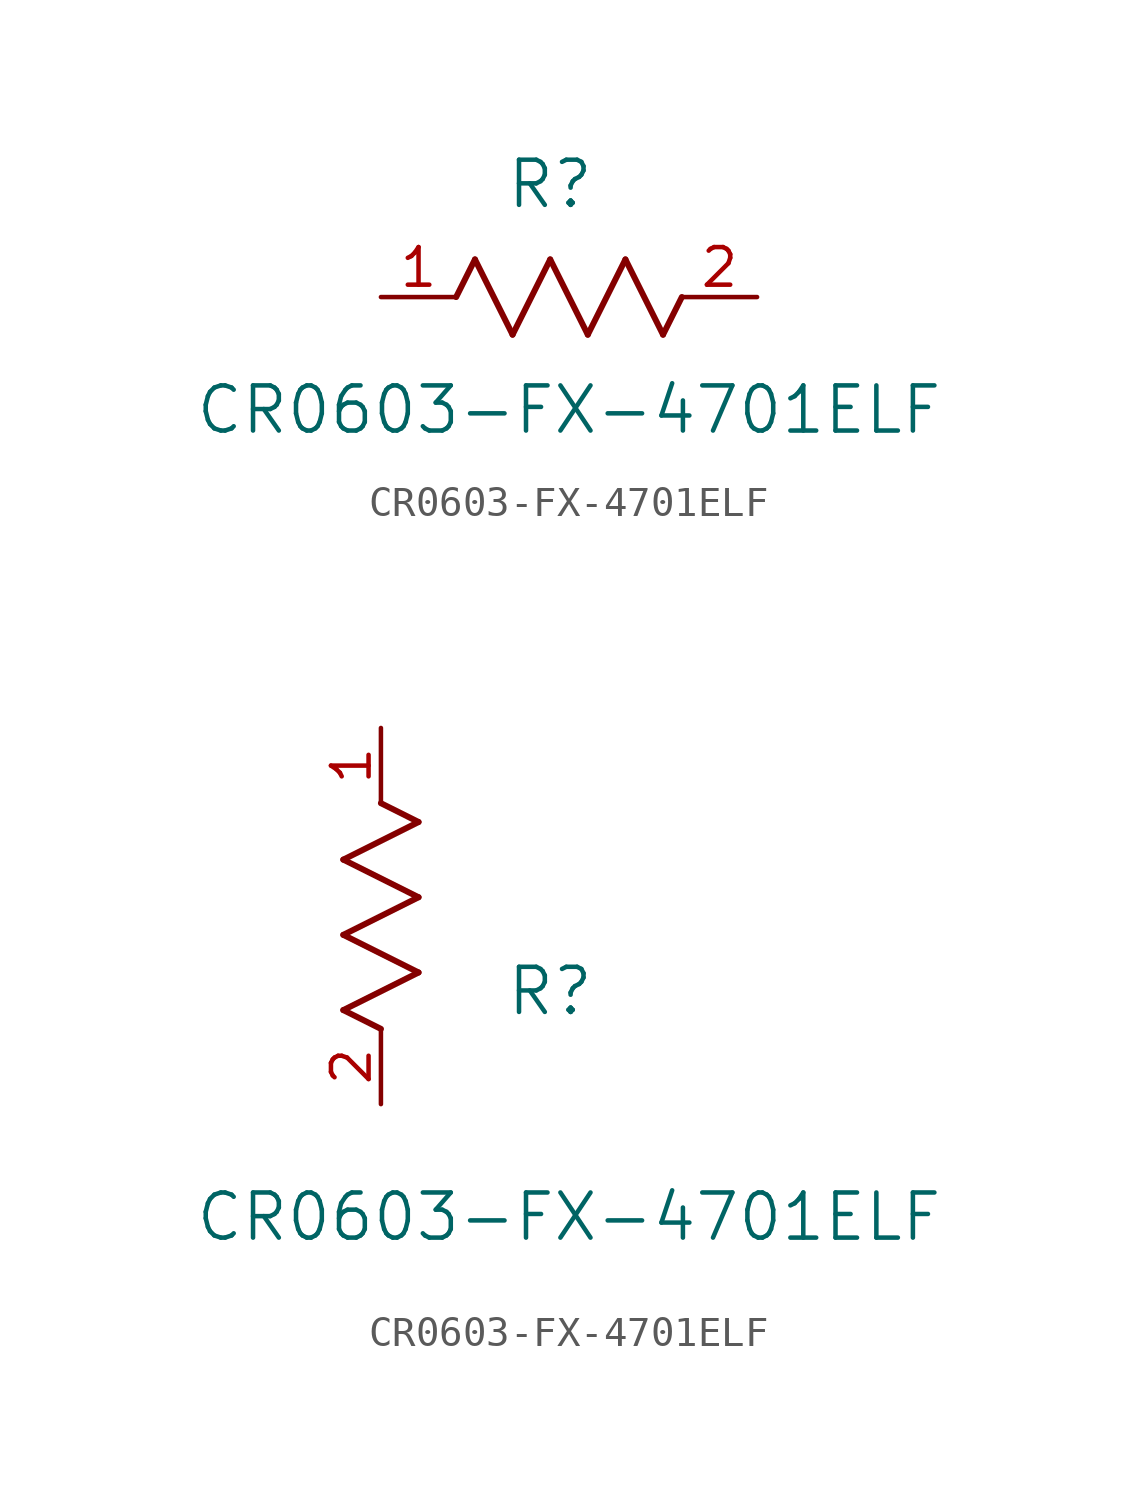
<source format=kicad_sym>
(kicad_symbol_lib
  (version 20241209)
  (generator "kicad_symbol_editor")
  (generator_version "9.0")
  (symbol "CR0603-FX-4701ELF"
    (pin_names
      (offset 0.254))
    (property "Reference" "R"
      (at 5.715 3.81 0)
      (effects (font (size 1.524 1.524))))
    (property "Value" "CR0603-FX-4701ELF"
      (at 6.35 -3.81 0)
      (effects (font (size 1.524 1.524))))
    (symbol "CR0603-FX-4701ELF_1_1"
      (polyline (pts (xy 2.54 0) (xy 3.175 1.27)) (stroke (width 0.203) (type default)) (fill (type none)))
      (polyline (pts (xy 3.175 1.27) (xy 4.445 -1.27)) (stroke (width 0.203) (type default)) (fill (type none)))
      (polyline (pts (xy 4.445 -1.27) (xy 5.715 1.27)) (stroke (width 0.203) (type default)) (fill (type none)))
      (polyline (pts (xy 5.715 1.27) (xy 6.985 -1.27)) (stroke (width 0.203) (type default)) (fill (type none)))
      (polyline (pts (xy 6.985 -1.27) (xy 8.255 1.27)) (stroke (width 0.203) (type default)) (fill (type none)))
      (polyline (pts (xy 8.255 1.27) (xy 9.525 -1.27)) (stroke (width 0.203) (type default)) (fill (type none)))
      (polyline (pts (xy 9.525 -1.27) (xy 10.16 0)) (stroke (width 0.203) (type default)) (fill (type none)))
      (pin unspecified line (at 0 0 0) (length 2.54) (name "" (effects (font (size 1.27 1.27)))) (number "1" (effects (font (size 1.27 1.27)))))
      (pin unspecified line (at 12.7 0 180) (length 2.54) (name "" (effects (font (size 1.27 1.27)))) (number "2" (effects (font (size 1.27 1.27))))))
    (symbol "CR0603-FX-4701ELF_1_2"
      (polyline (pts (xy -1.27 8.255) (xy 1.27 9.525)) (stroke (width 0.203) (type default)) (fill (type none)))
      (polyline (pts (xy -1.27 5.715) (xy 1.27 6.985)) (stroke (width 0.203) (type default)) (fill (type none)))
      (polyline (pts (xy -1.27 3.175) (xy 1.27 4.445)) (stroke (width 0.203) (type default)) (fill (type none)))
      (polyline (pts (xy 0 2.54) (xy -1.27 3.175)) (stroke (width 0.203) (type default)) (fill (type none)))
      (polyline (pts (xy 1.27 9.525) (xy 0 10.16)) (stroke (width 0.203) (type default)) (fill (type none)))
      (polyline (pts (xy 1.27 6.985) (xy -1.27 8.255)) (stroke (width 0.203) (type default)) (fill (type none)))
      (polyline (pts (xy 1.27 4.445) (xy -1.27 5.715)) (stroke (width 0.203) (type default)) (fill (type none)))
      (pin unspecified line (at 0 12.7 270) (length 2.54) (name "" (effects (font (size 1.27 1.27)))) (number "1" (effects (font (size 1.27 1.27)))))
      (pin unspecified line (at 0 0 90) (length 2.54) (name "" (effects (font (size 1.27 1.27)))) (number "2" (effects (font (size 1.27 1.27))))))))
</source>
